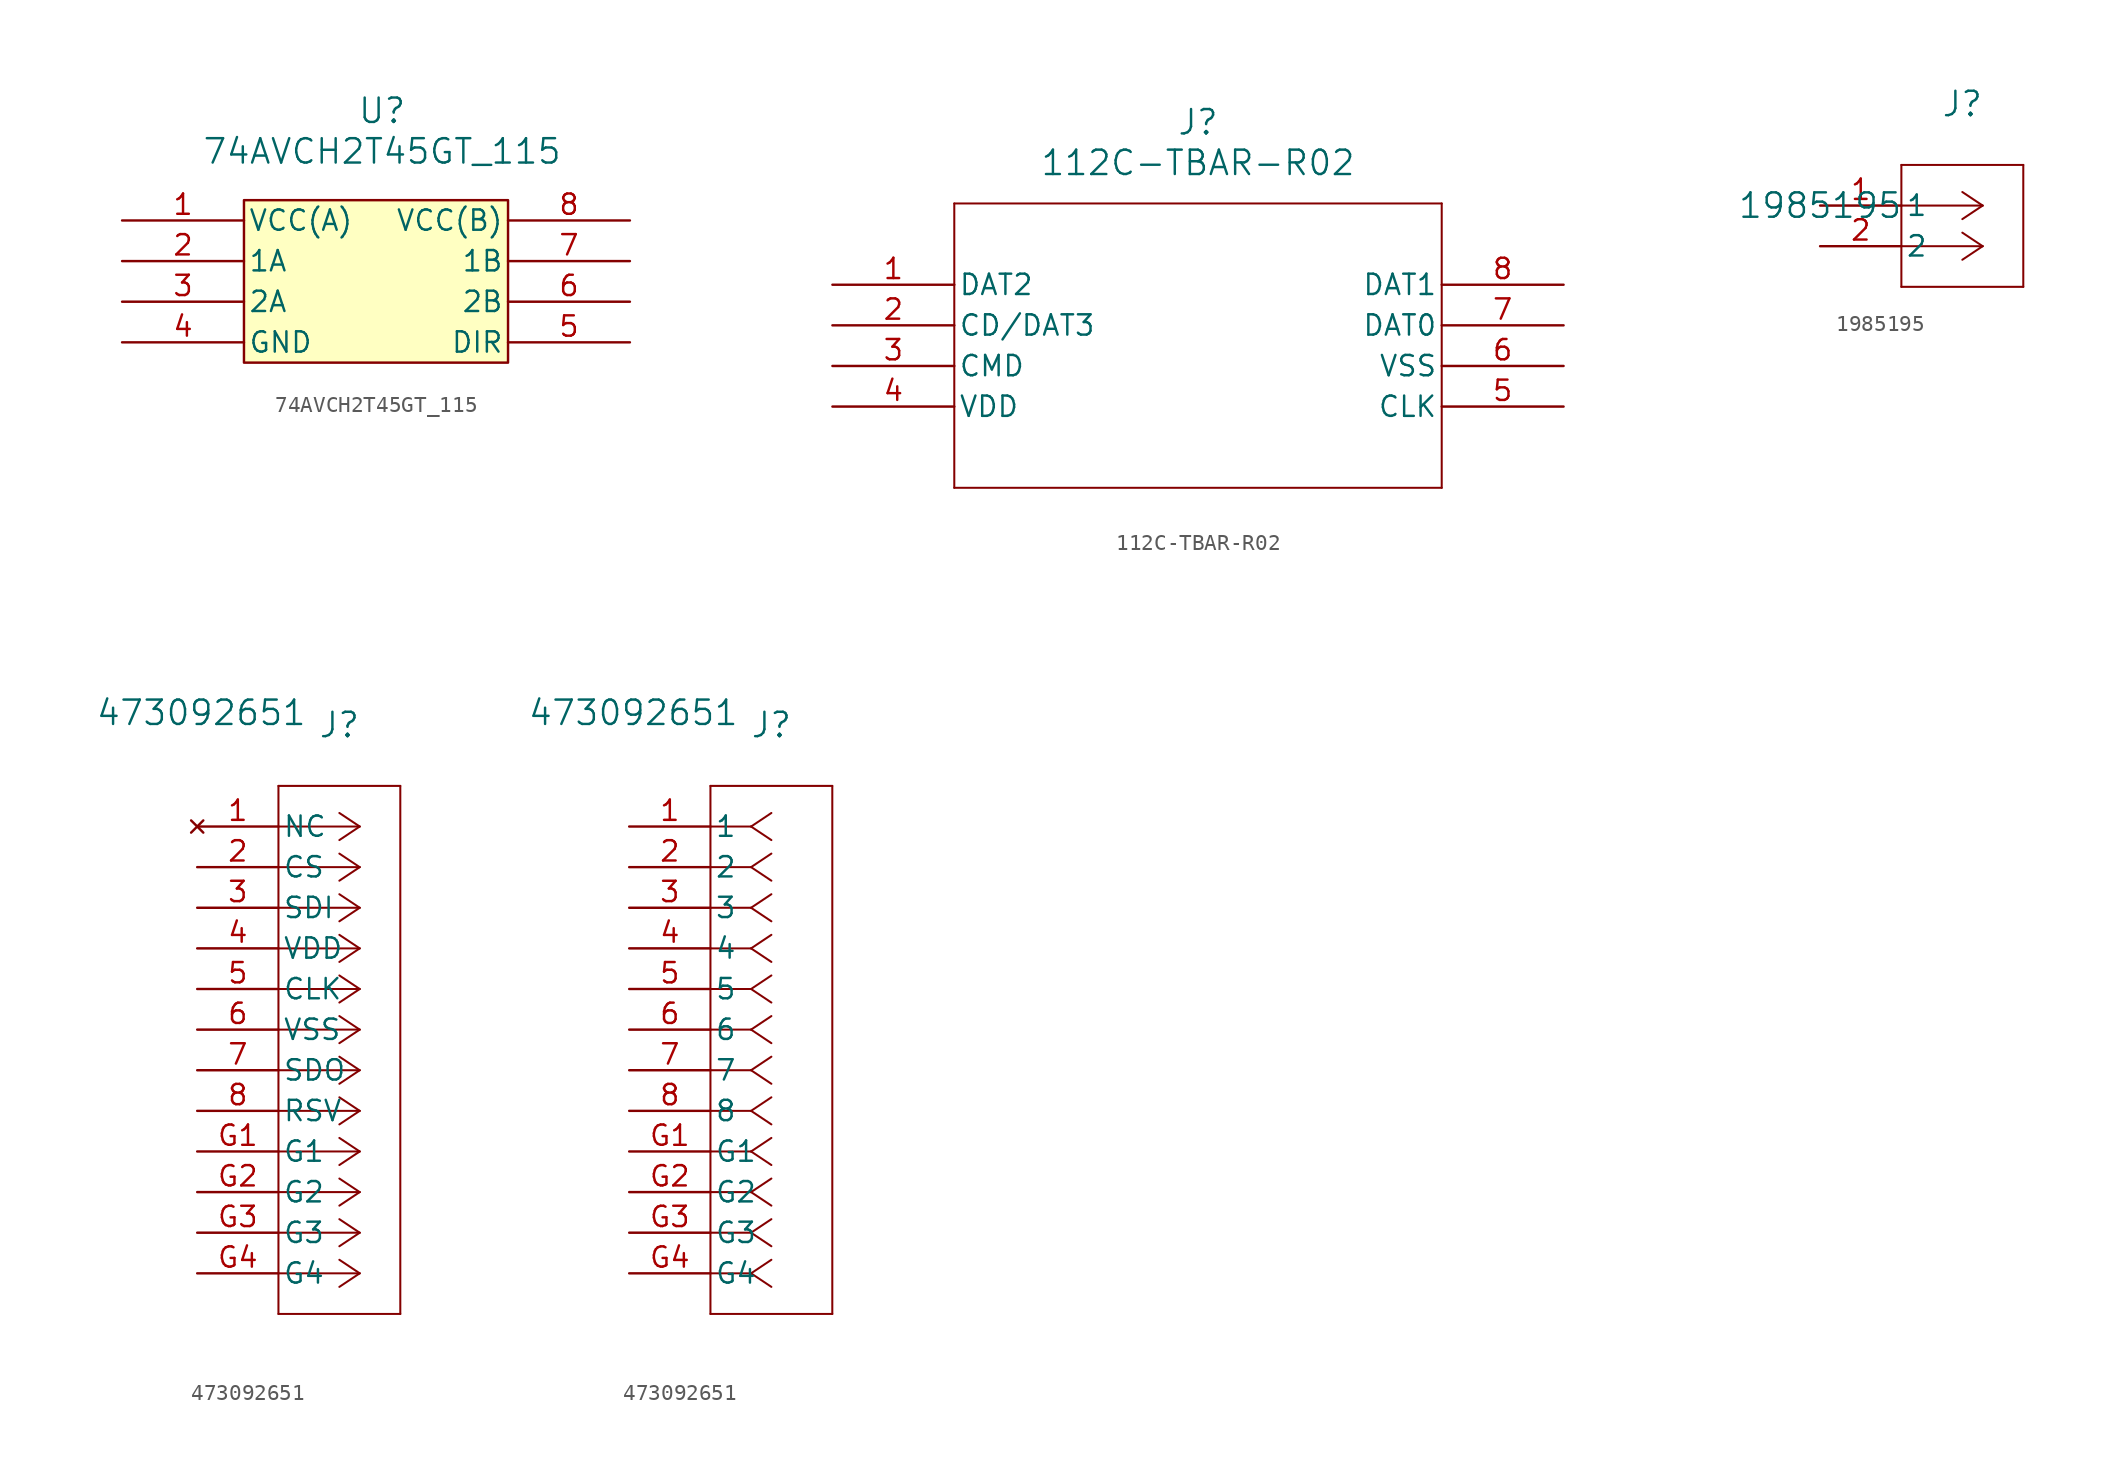
<source format=kicad_sym>
(kicad_symbol_lib
  (version 20241209)
  (generator "kicad_symbol_editor")
  (generator_version "9.0")
  (symbol "74AVCH2T45GT_115"
    (pin_names
      (offset 0.254))
    (property "Reference" "U"
      (at -0.254 6.858 0)
      (effects (font (size 1.524 1.524))))
    (property "Value" "74AVCH2T45GT_115"
      (at -0.254 4.318 0)
      (effects (font (size 1.524 1.524))))
    (symbol "74AVCH2T45GT_115_0_1"
      (pin power_in line (at -16.51 0 0) (length 7.62) (name "VCC(A)" (effects (font (size 1.27 1.27)))) (number "1" (effects (font (size 1.27 1.27)))))
      (pin bidirectional line (at -16.51 -2.54 0) (length 7.62) (name "1A" (effects (font (size 1.27 1.27)))) (number "2" (effects (font (size 1.27 1.27)))))
      (pin bidirectional line (at -16.51 -5.08 0) (length 7.62) (name "2A" (effects (font (size 1.27 1.27)))) (number "3" (effects (font (size 1.27 1.27)))))
      (pin power_out line (at -16.51 -7.62 0) (length 7.62) (name "GND" (effects (font (size 1.27 1.27)))) (number "4" (effects (font (size 1.27 1.27)))))
      (pin power_in line (at 15.24 0 180) (length 7.62) (name "VCC(B)" (effects (font (size 1.27 1.27)))) (number "8" (effects (font (size 1.27 1.27)))))
      (pin bidirectional line (at 15.24 -2.54 180) (length 7.62) (name "1B" (effects (font (size 1.27 1.27)))) (number "7" (effects (font (size 1.27 1.27)))))
      (pin bidirectional line (at 15.24 -5.08 180) (length 7.62) (name "2B" (effects (font (size 1.27 1.27)))) (number "6" (effects (font (size 1.27 1.27)))))
      (pin unspecified line (at 15.24 -7.62 180) (length 7.62) (name "DIR" (effects (font (size 1.27 1.27)))) (number "5" (effects (font (size 1.27 1.27))))))
    (symbol "74AVCH2T45GT_115_1_1"
      (rectangle (start -8.89 1.27) (end 7.62 -8.89) (stroke (width 0) (type solid)) (fill (type background)))))
  (symbol "112C-TBAR-R02"
    (pin_names
      (offset 0.254))
    (property "Reference" "J"
      (at 22.86 10.16 0)
      (effects (font (size 1.524 1.524))))
    (property "Value" "112C-TBAR-R02"
      (at 22.86 7.62 0)
      (effects (font (size 1.524 1.524))))
    (symbol "112C-TBAR-R02_0_1"
      (polyline (pts (xy 7.62 5.08) (xy 7.62 -12.7)) (stroke (width 0.127) (type default)) (fill (type none)))
      (polyline (pts (xy 7.62 -12.7) (xy 38.1 -12.7)) (stroke (width 0.127) (type default)) (fill (type none)))
      (polyline (pts (xy 38.1 5.08) (xy 7.62 5.08)) (stroke (width 0.127) (type default)) (fill (type none)))
      (polyline (pts (xy 38.1 -12.7) (xy 38.1 5.08)) (stroke (width 0.127) (type default)) (fill (type none)))
      (pin bidirectional line (at 0 0 0) (length 7.62) (name "DAT2" (effects (font (size 1.27 1.27)))) (number "1" (effects (font (size 1.27 1.27)))))
      (pin unspecified line (at 0 -2.54 0) (length 7.62) (name "CD/DAT3" (effects (font (size 1.27 1.27)))) (number "2" (effects (font (size 1.27 1.27)))))
      (pin unspecified line (at 0 -5.08 0) (length 7.62) (name "CMD" (effects (font (size 1.27 1.27)))) (number "3" (effects (font (size 1.27 1.27)))))
      (pin power_in line (at 0 -7.62 0) (length 7.62) (name "VDD" (effects (font (size 1.27 1.27)))) (number "4" (effects (font (size 1.27 1.27)))))
      (pin bidirectional line (at 45.72 0 180) (length 7.62) (name "DAT1" (effects (font (size 1.27 1.27)))) (number "8" (effects (font (size 1.27 1.27)))))
      (pin bidirectional line (at 45.72 -2.54 180) (length 7.62) (name "DAT0" (effects (font (size 1.27 1.27)))) (number "7" (effects (font (size 1.27 1.27)))))
      (pin power_out line (at 45.72 -5.08 180) (length 7.62) (name "VSS" (effects (font (size 1.27 1.27)))) (number "6" (effects (font (size 1.27 1.27)))))
      (pin unspecified line (at 45.72 -7.62 180) (length 7.62) (name "CLK" (effects (font (size 1.27 1.27)))) (number "5" (effects (font (size 1.27 1.27)))))))
  (symbol "1985195"
    (pin_names
      (offset 0.254))
    (property "Reference" "J"
      (at 8.89 6.35 0)
      (effects (font (size 1.524 1.524))))
    (property "Value" "1985195"
      (at 0 0 0)
      (effects (font (size 1.524 1.524))))
    (symbol "1985195_0_1"
      (polyline (pts (xy 5.08 2.54) (xy 5.08 -5.08)) (stroke (width 0.127) (type default)) (fill (type none)))
      (polyline (pts (xy 5.08 -5.08) (xy 12.7 -5.08)) (stroke (width 0.127) (type default)) (fill (type none)))
      (polyline (pts (xy 10.16 0) (xy 5.08 0)) (stroke (width 0.127) (type default)) (fill (type none)))
      (polyline (pts (xy 10.16 0) (xy 8.89 0.847)) (stroke (width 0.127) (type default)) (fill (type none)))
      (polyline (pts (xy 10.16 0) (xy 8.89 -0.847)) (stroke (width 0.127) (type default)) (fill (type none)))
      (polyline (pts (xy 10.16 -2.54) (xy 5.08 -2.54)) (stroke (width 0.127) (type default)) (fill (type none)))
      (polyline (pts (xy 10.16 -2.54) (xy 8.89 -1.693)) (stroke (width 0.127) (type default)) (fill (type none)))
      (polyline (pts (xy 10.16 -2.54) (xy 8.89 -3.387)) (stroke (width 0.127) (type default)) (fill (type none)))
      (polyline (pts (xy 12.7 2.54) (xy 5.08 2.54)) (stroke (width 0.127) (type default)) (fill (type none)))
      (polyline (pts (xy 12.7 -5.08) (xy 12.7 2.54)) (stroke (width 0.127) (type default)) (fill (type none)))
      (pin unspecified line (at 0 0 0) (length 5.08) (name "1" (effects (font (size 1.27 1.27)))) (number "1" (effects (font (size 1.27 1.27)))))
      (pin unspecified line (at 0 -2.54 0) (length 5.08) (name "2" (effects (font (size 1.27 1.27)))) (number "2" (effects (font (size 1.27 1.27)))))))
  (symbol "473092651"
    (pin_names
      (offset 0.254))
    (property "Reference" "J"
      (at 8.89 6.35 0)
      (effects (font (size 1.524 1.524))))
    (property "Value" "473092651"
      (at 0.254 7.112 0)
      (effects (font (size 1.524 1.524))))
    (symbol "473092651_1_1"
      (polyline (pts (xy 5.08 2.54) (xy 5.08 -30.48)) (stroke (width 0.127) (type default)) (fill (type none)))
      (polyline (pts (xy 5.08 -30.48) (xy 12.7 -30.48)) (stroke (width 0.127) (type default)) (fill (type none)))
      (polyline (pts (xy 10.16 0) (xy 5.08 0)) (stroke (width 0.127) (type default)) (fill (type none)))
      (polyline (pts (xy 10.16 0) (xy 8.89 0.847)) (stroke (width 0.127) (type default)) (fill (type none)))
      (polyline (pts (xy 10.16 0) (xy 8.89 -0.847)) (stroke (width 0.127) (type default)) (fill (type none)))
      (polyline (pts (xy 10.16 -2.54) (xy 5.08 -2.54)) (stroke (width 0.127) (type default)) (fill (type none)))
      (polyline (pts (xy 10.16 -2.54) (xy 8.89 -1.693)) (stroke (width 0.127) (type default)) (fill (type none)))
      (polyline (pts (xy 10.16 -2.54) (xy 8.89 -3.387)) (stroke (width 0.127) (type default)) (fill (type none)))
      (polyline (pts (xy 10.16 -5.08) (xy 5.08 -5.08)) (stroke (width 0.127) (type default)) (fill (type none)))
      (polyline (pts (xy 10.16 -5.08) (xy 8.89 -4.233)) (stroke (width 0.127) (type default)) (fill (type none)))
      (polyline (pts (xy 10.16 -5.08) (xy 8.89 -5.927)) (stroke (width 0.127) (type default)) (fill (type none)))
      (polyline (pts (xy 10.16 -7.62) (xy 5.08 -7.62)) (stroke (width 0.127) (type default)) (fill (type none)))
      (polyline (pts (xy 10.16 -7.62) (xy 8.89 -6.773)) (stroke (width 0.127) (type default)) (fill (type none)))
      (polyline (pts (xy 10.16 -7.62) (xy 8.89 -8.467)) (stroke (width 0.127) (type default)) (fill (type none)))
      (polyline (pts (xy 10.16 -10.16) (xy 5.08 -10.16)) (stroke (width 0.127) (type default)) (fill (type none)))
      (polyline (pts (xy 10.16 -10.16) (xy 8.89 -9.313)) (stroke (width 0.127) (type default)) (fill (type none)))
      (polyline (pts (xy 10.16 -10.16) (xy 8.89 -11.007)) (stroke (width 0.127) (type default)) (fill (type none)))
      (polyline (pts (xy 10.16 -12.7) (xy 5.08 -12.7)) (stroke (width 0.127) (type default)) (fill (type none)))
      (polyline (pts (xy 10.16 -12.7) (xy 8.89 -11.853)) (stroke (width 0.127) (type default)) (fill (type none)))
      (polyline (pts (xy 10.16 -12.7) (xy 8.89 -13.547)) (stroke (width 0.127) (type default)) (fill (type none)))
      (polyline (pts (xy 10.16 -15.24) (xy 5.08 -15.24)) (stroke (width 0.127) (type default)) (fill (type none)))
      (polyline (pts (xy 10.16 -15.24) (xy 8.89 -14.393)) (stroke (width 0.127) (type default)) (fill (type none)))
      (polyline (pts (xy 10.16 -15.24) (xy 8.89 -16.087)) (stroke (width 0.127) (type default)) (fill (type none)))
      (polyline (pts (xy 10.16 -17.78) (xy 5.08 -17.78)) (stroke (width 0.127) (type default)) (fill (type none)))
      (polyline (pts (xy 10.16 -17.78) (xy 8.89 -16.933)) (stroke (width 0.127) (type default)) (fill (type none)))
      (polyline (pts (xy 10.16 -17.78) (xy 8.89 -18.627)) (stroke (width 0.127) (type default)) (fill (type none)))
      (polyline (pts (xy 10.16 -20.32) (xy 5.08 -20.32)) (stroke (width 0.127) (type default)) (fill (type none)))
      (polyline (pts (xy 10.16 -20.32) (xy 8.89 -19.473)) (stroke (width 0.127) (type default)) (fill (type none)))
      (polyline (pts (xy 10.16 -20.32) (xy 8.89 -21.167)) (stroke (width 0.127) (type default)) (fill (type none)))
      (polyline (pts (xy 10.16 -22.86) (xy 5.08 -22.86)) (stroke (width 0.127) (type default)) (fill (type none)))
      (polyline (pts (xy 10.16 -22.86) (xy 8.89 -22.013)) (stroke (width 0.127) (type default)) (fill (type none)))
      (polyline (pts (xy 10.16 -22.86) (xy 8.89 -23.707)) (stroke (width 0.127) (type default)) (fill (type none)))
      (polyline (pts (xy 10.16 -25.4) (xy 5.08 -25.4)) (stroke (width 0.127) (type default)) (fill (type none)))
      (polyline (pts (xy 10.16 -25.4) (xy 8.89 -24.553)) (stroke (width 0.127) (type default)) (fill (type none)))
      (polyline (pts (xy 10.16 -25.4) (xy 8.89 -26.247)) (stroke (width 0.127) (type default)) (fill (type none)))
      (polyline (pts (xy 10.16 -27.94) (xy 5.08 -27.94)) (stroke (width 0.127) (type default)) (fill (type none)))
      (polyline (pts (xy 10.16 -27.94) (xy 8.89 -27.093)) (stroke (width 0.127) (type default)) (fill (type none)))
      (polyline (pts (xy 10.16 -27.94) (xy 8.89 -28.787)) (stroke (width 0.127) (type default)) (fill (type none)))
      (polyline (pts (xy 12.7 2.54) (xy 5.08 2.54)) (stroke (width 0.127) (type default)) (fill (type none)))
      (polyline (pts (xy 12.7 -30.48) (xy 12.7 2.54)) (stroke (width 0.127) (type default)) (fill (type none)))
      (pin no_connect line (at 0 0 0) (length 5.08) (name "NC" (effects (font (size 1.27 1.27)))) (number "1" (effects (font (size 1.27 1.27)))))
      (pin unspecified line (at 0 -2.54 0) (length 5.08) (name "CS" (effects (font (size 1.27 1.27)))) (number "2" (effects (font (size 1.27 1.27)))))
      (pin unspecified line (at 0 -5.08 0) (length 5.08) (name "SDI" (effects (font (size 1.27 1.27)))) (number "3" (effects (font (size 1.27 1.27)))))
      (pin power_in line (at 0 -7.62 0) (length 5.08) (name "VDD" (effects (font (size 1.27 1.27)))) (number "4" (effects (font (size 1.27 1.27)))))
      (pin unspecified line (at 0 -10.16 0) (length 5.08) (name "CLK" (effects (font (size 1.27 1.27)))) (number "5" (effects (font (size 1.27 1.27)))))
      (pin power_out line (at 0 -12.7 0) (length 5.08) (name "VSS" (effects (font (size 1.27 1.27)))) (number "6" (effects (font (size 1.27 1.27)))))
      (pin bidirectional line (at 0 -15.24 0) (length 5.08) (name "SDO" (effects (font (size 1.27 1.27)))) (number "7" (effects (font (size 1.27 1.27)))))
      (pin bidirectional line (at 0 -17.78 0) (length 5.08) (name "RSV" (effects (font (size 1.27 1.27)))) (number "8" (effects (font (size 1.27 1.27)))))
      (pin power_out line (at 0 -20.32 0) (length 5.08) (name "G1" (effects (font (size 1.27 1.27)))) (number "G1" (effects (font (size 1.27 1.27)))))
      (pin power_out line (at 0 -22.86 0) (length 5.08) (name "G2" (effects (font (size 1.27 1.27)))) (number "G2" (effects (font (size 1.27 1.27)))))
      (pin unspecified line (at 0 -25.4 0) (length 5.08) (name "G3" (effects (font (size 1.27 1.27)))) (number "G3" (effects (font (size 1.27 1.27)))))
      (pin unspecified line (at 0 -27.94 0) (length 5.08) (name "G4" (effects (font (size 1.27 1.27)))) (number "G4" (effects (font (size 1.27 1.27))))))
    (symbol "473092651_1_2"
      (polyline (pts (xy 5.08 2.54) (xy 5.08 -30.48)) (stroke (width 0.127) (type default)) (fill (type none)))
      (polyline (pts (xy 5.08 -30.48) (xy 12.7 -30.48)) (stroke (width 0.127) (type default)) (fill (type none)))
      (polyline (pts (xy 7.62 0) (xy 5.08 0)) (stroke (width 0.127) (type default)) (fill (type none)))
      (polyline (pts (xy 7.62 0) (xy 8.89 0.847)) (stroke (width 0.127) (type default)) (fill (type none)))
      (polyline (pts (xy 7.62 0) (xy 8.89 -0.847)) (stroke (width 0.127) (type default)) (fill (type none)))
      (polyline (pts (xy 7.62 -2.54) (xy 5.08 -2.54)) (stroke (width 0.127) (type default)) (fill (type none)))
      (polyline (pts (xy 7.62 -2.54) (xy 8.89 -1.693)) (stroke (width 0.127) (type default)) (fill (type none)))
      (polyline (pts (xy 7.62 -2.54) (xy 8.89 -3.387)) (stroke (width 0.127) (type default)) (fill (type none)))
      (polyline (pts (xy 7.62 -5.08) (xy 5.08 -5.08)) (stroke (width 0.127) (type default)) (fill (type none)))
      (polyline (pts (xy 7.62 -5.08) (xy 8.89 -4.233)) (stroke (width 0.127) (type default)) (fill (type none)))
      (polyline (pts (xy 7.62 -5.08) (xy 8.89 -5.927)) (stroke (width 0.127) (type default)) (fill (type none)))
      (polyline (pts (xy 7.62 -7.62) (xy 5.08 -7.62)) (stroke (width 0.127) (type default)) (fill (type none)))
      (polyline (pts (xy 7.62 -7.62) (xy 8.89 -6.773)) (stroke (width 0.127) (type default)) (fill (type none)))
      (polyline (pts (xy 7.62 -7.62) (xy 8.89 -8.467)) (stroke (width 0.127) (type default)) (fill (type none)))
      (polyline (pts (xy 7.62 -10.16) (xy 5.08 -10.16)) (stroke (width 0.127) (type default)) (fill (type none)))
      (polyline (pts (xy 7.62 -10.16) (xy 8.89 -9.313)) (stroke (width 0.127) (type default)) (fill (type none)))
      (polyline (pts (xy 7.62 -10.16) (xy 8.89 -11.007)) (stroke (width 0.127) (type default)) (fill (type none)))
      (polyline (pts (xy 7.62 -12.7) (xy 5.08 -12.7)) (stroke (width 0.127) (type default)) (fill (type none)))
      (polyline (pts (xy 7.62 -12.7) (xy 8.89 -11.853)) (stroke (width 0.127) (type default)) (fill (type none)))
      (polyline (pts (xy 7.62 -12.7) (xy 8.89 -13.547)) (stroke (width 0.127) (type default)) (fill (type none)))
      (polyline (pts (xy 7.62 -15.24) (xy 5.08 -15.24)) (stroke (width 0.127) (type default)) (fill (type none)))
      (polyline (pts (xy 7.62 -15.24) (xy 8.89 -14.393)) (stroke (width 0.127) (type default)) (fill (type none)))
      (polyline (pts (xy 7.62 -15.24) (xy 8.89 -16.087)) (stroke (width 0.127) (type default)) (fill (type none)))
      (polyline (pts (xy 7.62 -17.78) (xy 5.08 -17.78)) (stroke (width 0.127) (type default)) (fill (type none)))
      (polyline (pts (xy 7.62 -17.78) (xy 8.89 -16.933)) (stroke (width 0.127) (type default)) (fill (type none)))
      (polyline (pts (xy 7.62 -17.78) (xy 8.89 -18.627)) (stroke (width 0.127) (type default)) (fill (type none)))
      (polyline (pts (xy 7.62 -20.32) (xy 5.08 -20.32)) (stroke (width 0.127) (type default)) (fill (type none)))
      (polyline (pts (xy 7.62 -20.32) (xy 8.89 -19.473)) (stroke (width 0.127) (type default)) (fill (type none)))
      (polyline (pts (xy 7.62 -20.32) (xy 8.89 -21.167)) (stroke (width 0.127) (type default)) (fill (type none)))
      (polyline (pts (xy 7.62 -22.86) (xy 5.08 -22.86)) (stroke (width 0.127) (type default)) (fill (type none)))
      (polyline (pts (xy 7.62 -22.86) (xy 8.89 -22.013)) (stroke (width 0.127) (type default)) (fill (type none)))
      (polyline (pts (xy 7.62 -22.86) (xy 8.89 -23.707)) (stroke (width 0.127) (type default)) (fill (type none)))
      (polyline (pts (xy 7.62 -25.4) (xy 5.08 -25.4)) (stroke (width 0.127) (type default)) (fill (type none)))
      (polyline (pts (xy 7.62 -25.4) (xy 8.89 -24.553)) (stroke (width 0.127) (type default)) (fill (type none)))
      (polyline (pts (xy 7.62 -25.4) (xy 8.89 -26.247)) (stroke (width 0.127) (type default)) (fill (type none)))
      (polyline (pts (xy 7.62 -27.94) (xy 5.08 -27.94)) (stroke (width 0.127) (type default)) (fill (type none)))
      (polyline (pts (xy 7.62 -27.94) (xy 8.89 -27.093)) (stroke (width 0.127) (type default)) (fill (type none)))
      (polyline (pts (xy 7.62 -27.94) (xy 8.89 -28.787)) (stroke (width 0.127) (type default)) (fill (type none)))
      (polyline (pts (xy 12.7 2.54) (xy 5.08 2.54)) (stroke (width 0.127) (type default)) (fill (type none)))
      (polyline (pts (xy 12.7 -30.48) (xy 12.7 2.54)) (stroke (width 0.127) (type default)) (fill (type none)))
      (pin bidirectional line (at 0 0 0) (length 5.08) (name "1" (effects (font (size 1.27 1.27)))) (number "1" (effects (font (size 1.27 1.27)))))
      (pin unspecified line (at 0 -2.54 0) (length 5.08) (name "2" (effects (font (size 1.27 1.27)))) (number "2" (effects (font (size 1.27 1.27)))))
      (pin unspecified line (at 0 -5.08 0) (length 5.08) (name "3" (effects (font (size 1.27 1.27)))) (number "3" (effects (font (size 1.27 1.27)))))
      (pin power_in line (at 0 -7.62 0) (length 5.08) (name "4" (effects (font (size 1.27 1.27)))) (number "4" (effects (font (size 1.27 1.27)))))
      (pin unspecified line (at 0 -10.16 0) (length 5.08) (name "5" (effects (font (size 1.27 1.27)))) (number "5" (effects (font (size 1.27 1.27)))))
      (pin power_out line (at 0 -12.7 0) (length 5.08) (name "6" (effects (font (size 1.27 1.27)))) (number "6" (effects (font (size 1.27 1.27)))))
      (pin bidirectional line (at 0 -15.24 0) (length 5.08) (name "7" (effects (font (size 1.27 1.27)))) (number "7" (effects (font (size 1.27 1.27)))))
      (pin bidirectional line (at 0 -17.78 0) (length 5.08) (name "8" (effects (font (size 1.27 1.27)))) (number "8" (effects (font (size 1.27 1.27)))))
      (pin power_out line (at 0 -20.32 0) (length 5.08) (name "G1" (effects (font (size 1.27 1.27)))) (number "G1" (effects (font (size 1.27 1.27)))))
      (pin power_out line (at 0 -22.86 0) (length 5.08) (name "G2" (effects (font (size 1.27 1.27)))) (number "G2" (effects (font (size 1.27 1.27)))))
      (pin unspecified line (at 0 -25.4 0) (length 5.08) (name "G3" (effects (font (size 1.27 1.27)))) (number "G3" (effects (font (size 1.27 1.27)))))
      (pin unspecified line (at 0 -27.94 0) (length 5.08) (name "G4" (effects (font (size 1.27 1.27)))) (number "G4" (effects (font (size 1.27 1.27))))))))
</source>
